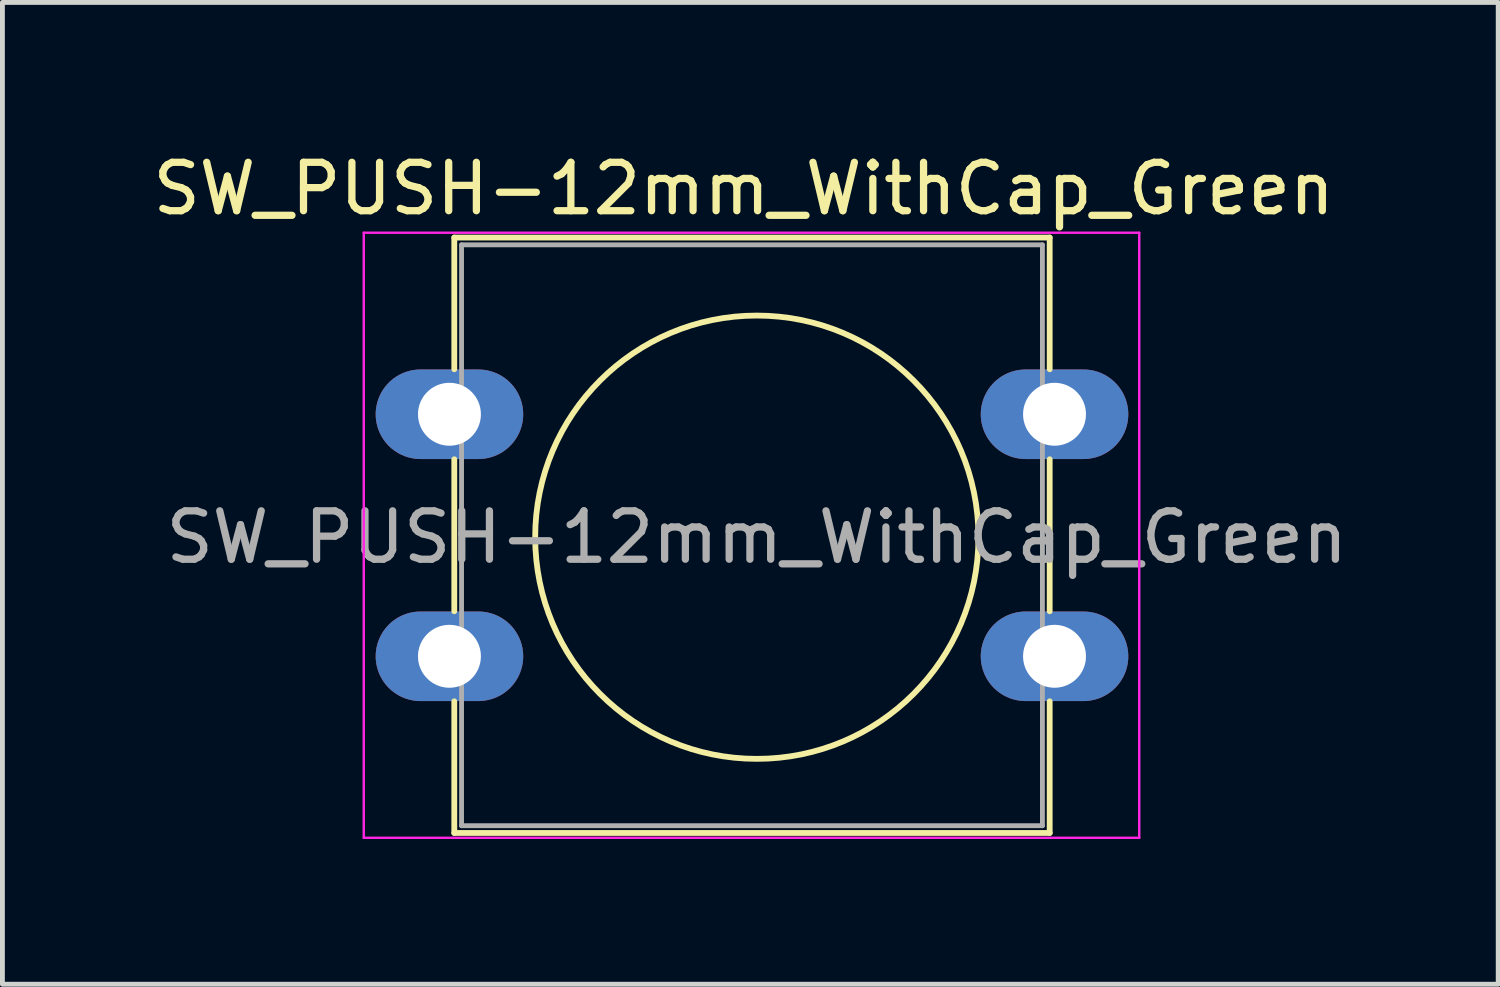
<source format=kicad_pcb>
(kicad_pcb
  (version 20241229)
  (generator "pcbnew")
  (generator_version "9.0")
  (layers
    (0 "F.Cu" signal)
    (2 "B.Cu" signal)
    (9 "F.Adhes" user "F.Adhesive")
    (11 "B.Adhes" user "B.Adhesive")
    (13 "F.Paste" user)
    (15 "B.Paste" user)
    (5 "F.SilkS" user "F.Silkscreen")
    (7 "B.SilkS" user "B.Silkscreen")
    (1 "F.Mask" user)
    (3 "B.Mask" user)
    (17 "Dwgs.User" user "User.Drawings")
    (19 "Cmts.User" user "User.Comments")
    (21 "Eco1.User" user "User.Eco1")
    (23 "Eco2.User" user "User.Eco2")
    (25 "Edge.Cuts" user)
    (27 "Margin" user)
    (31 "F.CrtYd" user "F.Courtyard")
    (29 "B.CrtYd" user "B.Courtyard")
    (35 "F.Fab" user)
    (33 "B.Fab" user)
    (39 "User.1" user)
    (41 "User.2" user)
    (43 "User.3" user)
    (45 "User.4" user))
  (footprint "SW_PUSH-12mm_WithCap_Green"
    (layer "F.Cu")
    (at 6.235 5.508)
    (property "Reference" "SW_PUSH-12mm_WithCap_Green" (at 6.08 -4.66 0) (layer "F.SilkS") (effects (font (size 1 1) (thickness 0.15))))
    (attr through_hole)
    (fp_line (start 0.1 -3.65) (end 12.4 -3.65) (stroke (width 0.12) (type solid)) (layer "F.SilkS"))
    (fp_line (start 0.1 -0.93) (end 0.1 -3.65) (stroke (width 0.12) (type solid)) (layer "F.SilkS"))
    (fp_line (start 0.1 4.07) (end 0.1 0.93) (stroke (width 0.12) (type solid)) (layer "F.SilkS"))
    (fp_line (start 0.1 8.65) (end 0.1 5.93) (stroke (width 0.12) (type solid)) (layer "F.SilkS"))
    (fp_line (start 12.4 -3.65) (end 12.4 -0.93) (stroke (width 0.12) (type solid)) (layer "F.SilkS"))
    (fp_line (start 12.4 0.93) (end 12.4 4.07) (stroke (width 0.12) (type solid)) (layer "F.SilkS"))
    (fp_line (start 12.4 5.93) (end 12.4 8.65) (stroke (width 0.12) (type solid)) (layer "F.SilkS"))
    (fp_line (start 12.4 8.65) (end 0.1 8.65) (stroke (width 0.12) (type solid)) (layer "F.SilkS"))
    (fp_circle (center 6.35 2.54) (end 10.16 5.08) (stroke (width 0.12) (type solid)) (fill no) (layer "F.SilkS"))
    (fp_line (start -1.77 -3.75) (end -1.77 8.75) (stroke (width 0.05) (type solid)) (layer "F.CrtYd"))
    (fp_line (start -1.77 -3.75) (end 14.25 -3.75) (stroke (width 0.05) (type solid)) (layer "F.CrtYd"))
    (fp_line (start 14.25 8.75) (end -1.77 8.75) (stroke (width 0.05) (type solid)) (layer "F.CrtYd"))
    (fp_line (start 14.25 8.75) (end 14.25 -3.75) (stroke (width 0.05) (type solid)) (layer "F.CrtYd"))
    (fp_line (start 0.25 -3.5) (end 0.25 8.5) (stroke (width 0.1) (type solid)) (layer "F.Fab"))
    (fp_line (start 0.25 -3.5) (end 12.25 -3.5) (stroke (width 0.1) (type solid)) (layer "F.Fab"))
    (fp_line (start 0.25 8.5) (end 12.25 8.5) (stroke (width 0.1) (type solid)) (layer "F.Fab"))
    (fp_line (start 12.25 -3.5) (end 12.25 8.5) (stroke (width 0.1) (type solid)) (layer "F.Fab"))
    (fp_text user "${REFERENCE}" (at 6.35 2.54 0) (layer "F.Fab") (effects (font (size 1 1) (thickness 0.15))))
    (pad "1" thru_hole oval (at 0 0) (size 3.048 1.85) (drill 1.3) (layers "*.Cu" "*.Mask"))
    (pad "2" thru_hole oval (at 12.5 0) (size 3.048 1.85) (drill 1.3) (layers "*.Cu" "*.Mask"))
    (pad "3" thru_hole oval (at 0 5) (size 3.048 1.85) (drill 1.3) (layers "*.Cu" "*.Mask"))
    (pad "4" thru_hole oval (at 12.5 5) (size 3.048 1.85) (drill 1.3) (layers "*.Cu" "*.Mask")))
  (gr_rect
    (start -3 -3)
    (end 27.901 17.283)
    (stroke (width 0.1) (type default))
    (fill no)
    (layer "Edge.Cuts")))
</source>
